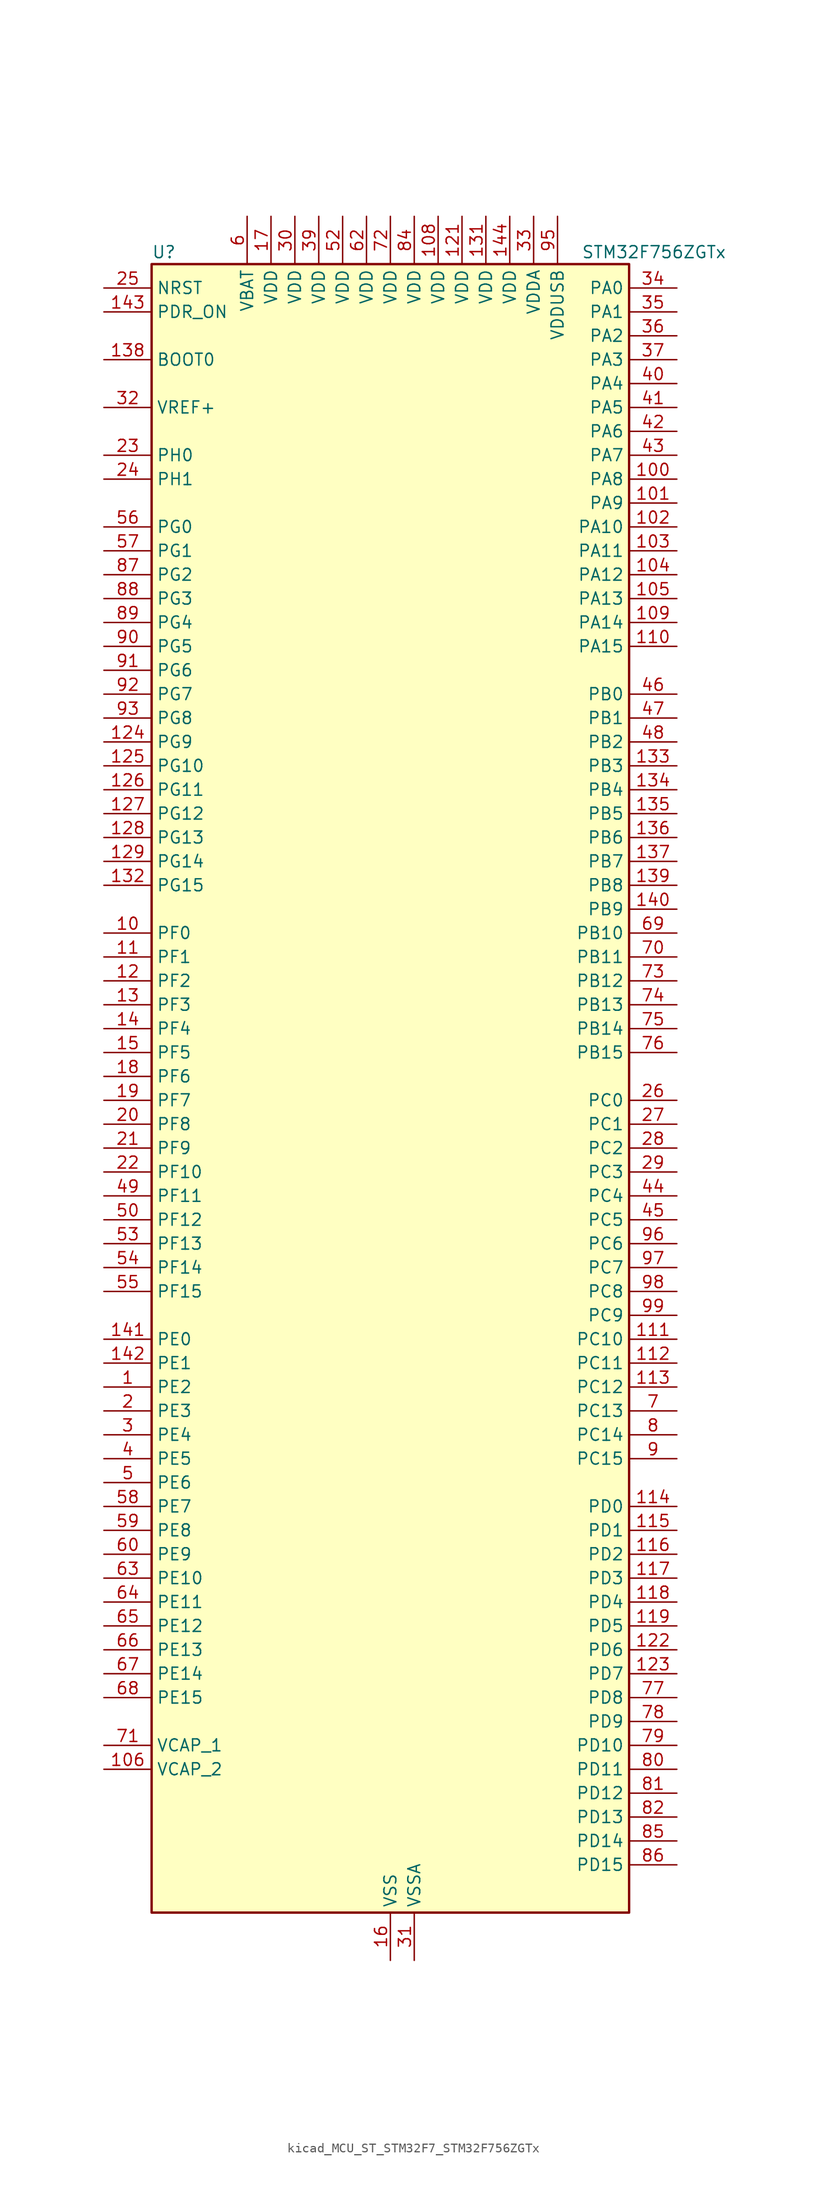
<source format=kicad_sym>
(kicad_symbol_lib
  (version 20220914)
  (generator kicad_symbol_editor)
  (symbol "kicad_MCU_ST_STM32F7_STM32F756ZGTx"
    (property "Reference" "U"
      (at -25.4 90.17 0)
      (effects (font (size 1.27 1.27)) (justify left)))
    (property "Value" "STM32F756ZGTx"
      (at 20.32 90.17 0)
      (effects (font (size 1.27 1.27)) (justify left)))
    (property "ki_locked" ""
      (at 0 0 0)
      (effects (font (size 1.27 1.27))))
    (symbol "kicad_MCU_ST_STM32F7_STM32F756ZGTx_0_1"
      (rectangle (start -25.4 -86.36) (end 25.4 88.9) (stroke (width 0.254) (type default)) (fill (type background))))
    (symbol "kicad_MCU_ST_STM32F7_STM32F756ZGTx_1_1"
      (pin bidirectional line (at -30.48 -30.48 0) (length 5.08) (name "PE2" (effects (font (size 1.27 1.27)))) (number "1" (effects (font (size 1.27 1.27)))) (alternate "ETH_TXD3" bidirectional line) (alternate "FMC_A23" bidirectional line) (alternate "QUADSPI_BK1_IO2" bidirectional line) (alternate "SAI1_MCLK_A" bidirectional line) (alternate "SPI4_SCK" bidirectional line) (alternate "SYS_TRACECLK" bidirectional line))
      (pin bidirectional line (at -30.48 17.78 0) (length 5.08) (name "PF0" (effects (font (size 1.27 1.27)))) (number "10" (effects (font (size 1.27 1.27)))) (alternate "FMC_A0" bidirectional line) (alternate "I2C2_SDA" bidirectional line))
      (pin bidirectional line (at 30.48 66.04 180) (length 5.08) (name "PA8" (effects (font (size 1.27 1.27)))) (number "100" (effects (font (size 1.27 1.27)))) (alternate "I2C3_SCL" bidirectional line) (alternate "LTDC_R6" bidirectional line) (alternate "RCC_MCO_1" bidirectional line) (alternate "TIM1_CH1" bidirectional line) (alternate "TIM8_BKIN2" bidirectional line) (alternate "USART1_CK" bidirectional line) (alternate "USB_OTG_FS_SOF" bidirectional line))
      (pin bidirectional line (at 30.48 63.5 180) (length 5.08) (name "PA9" (effects (font (size 1.27 1.27)))) (number "101" (effects (font (size 1.27 1.27)))) (alternate "DAC_EXTI9" bidirectional line) (alternate "DCMI_D0" bidirectional line) (alternate "I2C3_SMBA" bidirectional line) (alternate "I2S2_CK" bidirectional line) (alternate "SPI2_SCK" bidirectional line) (alternate "TIM1_CH2" bidirectional line) (alternate "USART1_TX" bidirectional line) (alternate "USB_OTG_FS_VBUS" bidirectional line))
      (pin bidirectional line (at 30.48 60.96 180) (length 5.08) (name "PA10" (effects (font (size 1.27 1.27)))) (number "102" (effects (font (size 1.27 1.27)))) (alternate "DCMI_D1" bidirectional line) (alternate "TIM1_CH3" bidirectional line) (alternate "USART1_RX" bidirectional line) (alternate "USB_OTG_FS_ID" bidirectional line))
      (pin bidirectional line (at 30.48 58.42 180) (length 5.08) (name "PA11" (effects (font (size 1.27 1.27)))) (number "103" (effects (font (size 1.27 1.27)))) (alternate "ADC1_EXTI11" bidirectional line) (alternate "ADC2_EXTI11" bidirectional line) (alternate "ADC3_EXTI11" bidirectional line) (alternate "CAN1_RX" bidirectional line) (alternate "LTDC_R4" bidirectional line) (alternate "TIM1_CH4" bidirectional line) (alternate "USART1_CTS" bidirectional line) (alternate "USB_OTG_FS_DM" bidirectional line))
      (pin bidirectional line (at 30.48 55.88 180) (length 5.08) (name "PA12" (effects (font (size 1.27 1.27)))) (number "104" (effects (font (size 1.27 1.27)))) (alternate "CAN1_TX" bidirectional line) (alternate "LTDC_R5" bidirectional line) (alternate "SAI2_FS_B" bidirectional line) (alternate "TIM1_ETR" bidirectional line) (alternate "USART1_DE" bidirectional line) (alternate "USART1_RTS" bidirectional line) (alternate "USB_OTG_FS_DP" bidirectional line))
      (pin bidirectional line (at 30.48 53.34 180) (length 5.08) (name "PA13" (effects (font (size 1.27 1.27)))) (number "105" (effects (font (size 1.27 1.27)))) (alternate "SYS_JTMS-SWDIO" bidirectional line))
      (pin power_out line (at -30.48 -71.12 0) (length 5.08) (name "VCAP_2" (effects (font (size 1.27 1.27)))) (number "106" (effects (font (size 1.27 1.27)))))
      (pin passive line (at 0 -91.44 90) (length 5.08) hide (name "VSS" (effects (font (size 1.27 1.27)))) (number "107" (effects (font (size 1.27 1.27)))))
      (pin power_in line (at 5.08 93.98 270) (length 5.08) (name "VDD" (effects (font (size 1.27 1.27)))) (number "108" (effects (font (size 1.27 1.27)))))
      (pin bidirectional line (at 30.48 50.8 180) (length 5.08) (name "PA14" (effects (font (size 1.27 1.27)))) (number "109" (effects (font (size 1.27 1.27)))) (alternate "SYS_JTCK-SWCLK" bidirectional line))
      (pin bidirectional line (at -30.48 15.24 0) (length 5.08) (name "PF1" (effects (font (size 1.27 1.27)))) (number "11" (effects (font (size 1.27 1.27)))) (alternate "FMC_A1" bidirectional line) (alternate "I2C2_SCL" bidirectional line))
      (pin bidirectional line (at 30.48 48.26 180) (length 5.08) (name "PA15" (effects (font (size 1.27 1.27)))) (number "110" (effects (font (size 1.27 1.27)))) (alternate "CEC" bidirectional line) (alternate "I2S1_WS" bidirectional line) (alternate "I2S3_WS" bidirectional line) (alternate "SPI1_NSS" bidirectional line) (alternate "SPI3_NSS" bidirectional line) (alternate "SYS_JTDI" bidirectional line) (alternate "TIM2_CH1" bidirectional line) (alternate "TIM2_ETR" bidirectional line) (alternate "UART4_DE" bidirectional line) (alternate "UART4_RTS" bidirectional line))
      (pin bidirectional line (at 30.48 -25.4 180) (length 5.08) (name "PC10" (effects (font (size 1.27 1.27)))) (number "111" (effects (font (size 1.27 1.27)))) (alternate "DCMI_D8" bidirectional line) (alternate "I2S3_CK" bidirectional line) (alternate "LTDC_R2" bidirectional line) (alternate "QUADSPI_BK1_IO1" bidirectional line) (alternate "SDMMC1_D2" bidirectional line) (alternate "SPI3_SCK" bidirectional line) (alternate "UART4_TX" bidirectional line) (alternate "USART3_TX" bidirectional line))
      (pin bidirectional line (at 30.48 -27.94 180) (length 5.08) (name "PC11" (effects (font (size 1.27 1.27)))) (number "112" (effects (font (size 1.27 1.27)))) (alternate "ADC1_EXTI11" bidirectional line) (alternate "ADC2_EXTI11" bidirectional line) (alternate "ADC3_EXTI11" bidirectional line) (alternate "DCMI_D4" bidirectional line) (alternate "QUADSPI_BK2_NCS" bidirectional line) (alternate "SDMMC1_D3" bidirectional line) (alternate "SPI3_MISO" bidirectional line) (alternate "UART4_RX" bidirectional line) (alternate "USART3_RX" bidirectional line))
      (pin bidirectional line (at 30.48 -30.48 180) (length 5.08) (name "PC12" (effects (font (size 1.27 1.27)))) (number "113" (effects (font (size 1.27 1.27)))) (alternate "DCMI_D9" bidirectional line) (alternate "I2S3_SD" bidirectional line) (alternate "SDMMC1_CK" bidirectional line) (alternate "SPI3_MOSI" bidirectional line) (alternate "SYS_TRACED3" bidirectional line) (alternate "UART5_TX" bidirectional line) (alternate "USART3_CK" bidirectional line))
      (pin bidirectional line (at 30.48 -43.18 180) (length 5.08) (name "PD0" (effects (font (size 1.27 1.27)))) (number "114" (effects (font (size 1.27 1.27)))) (alternate "CAN1_RX" bidirectional line) (alternate "FMC_D2" bidirectional line) (alternate "FMC_DA2" bidirectional line))
      (pin bidirectional line (at 30.48 -45.72 180) (length 5.08) (name "PD1" (effects (font (size 1.27 1.27)))) (number "115" (effects (font (size 1.27 1.27)))) (alternate "CAN1_TX" bidirectional line) (alternate "FMC_D3" bidirectional line) (alternate "FMC_DA3" bidirectional line))
      (pin bidirectional line (at 30.48 -48.26 180) (length 5.08) (name "PD2" (effects (font (size 1.27 1.27)))) (number "116" (effects (font (size 1.27 1.27)))) (alternate "DCMI_D11" bidirectional line) (alternate "SDMMC1_CMD" bidirectional line) (alternate "SYS_TRACED2" bidirectional line) (alternate "TIM3_ETR" bidirectional line) (alternate "UART5_RX" bidirectional line))
      (pin bidirectional line (at 30.48 -50.8 180) (length 5.08) (name "PD3" (effects (font (size 1.27 1.27)))) (number "117" (effects (font (size 1.27 1.27)))) (alternate "DCMI_D5" bidirectional line) (alternate "FMC_CLK" bidirectional line) (alternate "I2S2_CK" bidirectional line) (alternate "LTDC_G7" bidirectional line) (alternate "SPI2_SCK" bidirectional line) (alternate "USART2_CTS" bidirectional line))
      (pin bidirectional line (at 30.48 -53.34 180) (length 5.08) (name "PD4" (effects (font (size 1.27 1.27)))) (number "118" (effects (font (size 1.27 1.27)))) (alternate "FMC_NOE" bidirectional line) (alternate "USART2_DE" bidirectional line) (alternate "USART2_RTS" bidirectional line))
      (pin bidirectional line (at 30.48 -55.88 180) (length 5.08) (name "PD5" (effects (font (size 1.27 1.27)))) (number "119" (effects (font (size 1.27 1.27)))) (alternate "FMC_NWE" bidirectional line) (alternate "USART2_TX" bidirectional line))
      (pin bidirectional line (at -30.48 12.7 0) (length 5.08) (name "PF2" (effects (font (size 1.27 1.27)))) (number "12" (effects (font (size 1.27 1.27)))) (alternate "FMC_A2" bidirectional line) (alternate "I2C2_SMBA" bidirectional line))
      (pin passive line (at 0 -91.44 90) (length 5.08) hide (name "VSS" (effects (font (size 1.27 1.27)))) (number "120" (effects (font (size 1.27 1.27)))))
      (pin power_in line (at 7.62 93.98 270) (length 5.08) (name "VDD" (effects (font (size 1.27 1.27)))) (number "121" (effects (font (size 1.27 1.27)))))
      (pin bidirectional line (at 30.48 -58.42 180) (length 5.08) (name "PD6" (effects (font (size 1.27 1.27)))) (number "122" (effects (font (size 1.27 1.27)))) (alternate "DCMI_D10" bidirectional line) (alternate "FMC_NWAIT" bidirectional line) (alternate "I2S3_SD" bidirectional line) (alternate "LTDC_B2" bidirectional line) (alternate "SAI1_SD_A" bidirectional line) (alternate "SPI3_MOSI" bidirectional line) (alternate "USART2_RX" bidirectional line))
      (pin bidirectional line (at 30.48 -60.96 180) (length 5.08) (name "PD7" (effects (font (size 1.27 1.27)))) (number "123" (effects (font (size 1.27 1.27)))) (alternate "FMC_NE1" bidirectional line) (alternate "SPDIFRX_IN0" bidirectional line) (alternate "USART2_CK" bidirectional line))
      (pin bidirectional line (at -30.48 38.1 0) (length 5.08) (name "PG9" (effects (font (size 1.27 1.27)))) (number "124" (effects (font (size 1.27 1.27)))) (alternate "DAC_EXTI9" bidirectional line) (alternate "DCMI_VSYNC" bidirectional line) (alternate "FMC_NCE" bidirectional line) (alternate "FMC_NE2" bidirectional line) (alternate "QUADSPI_BK2_IO2" bidirectional line) (alternate "SAI2_FS_B" bidirectional line) (alternate "SPDIFRX_IN3" bidirectional line) (alternate "USART6_RX" bidirectional line))
      (pin bidirectional line (at -30.48 35.56 0) (length 5.08) (name "PG10" (effects (font (size 1.27 1.27)))) (number "125" (effects (font (size 1.27 1.27)))) (alternate "DCMI_D2" bidirectional line) (alternate "FMC_NE3" bidirectional line) (alternate "LTDC_B2" bidirectional line) (alternate "LTDC_G3" bidirectional line) (alternate "SAI2_SD_B" bidirectional line))
      (pin bidirectional line (at -30.48 33.02 0) (length 5.08) (name "PG11" (effects (font (size 1.27 1.27)))) (number "126" (effects (font (size 1.27 1.27)))) (alternate "ADC1_EXTI11" bidirectional line) (alternate "ADC2_EXTI11" bidirectional line) (alternate "ADC3_EXTI11" bidirectional line) (alternate "DCMI_D3" bidirectional line) (alternate "ETH_TX_EN" bidirectional line) (alternate "LTDC_B3" bidirectional line) (alternate "SPDIFRX_IN0" bidirectional line))
      (pin bidirectional line (at -30.48 30.48 0) (length 5.08) (name "PG12" (effects (font (size 1.27 1.27)))) (number "127" (effects (font (size 1.27 1.27)))) (alternate "FMC_NE4" bidirectional line) (alternate "LPTIM1_IN1" bidirectional line) (alternate "LTDC_B1" bidirectional line) (alternate "LTDC_B4" bidirectional line) (alternate "SPDIFRX_IN1" bidirectional line) (alternate "SPI6_MISO" bidirectional line) (alternate "USART6_DE" bidirectional line) (alternate "USART6_RTS" bidirectional line))
      (pin bidirectional line (at -30.48 27.94 0) (length 5.08) (name "PG13" (effects (font (size 1.27 1.27)))) (number "128" (effects (font (size 1.27 1.27)))) (alternate "ETH_TXD0" bidirectional line) (alternate "FMC_A24" bidirectional line) (alternate "LPTIM1_OUT" bidirectional line) (alternate "LTDC_R0" bidirectional line) (alternate "SPI6_SCK" bidirectional line) (alternate "SYS_TRACED0" bidirectional line) (alternate "USART6_CTS" bidirectional line))
      (pin bidirectional line (at -30.48 25.4 0) (length 5.08) (name "PG14" (effects (font (size 1.27 1.27)))) (number "129" (effects (font (size 1.27 1.27)))) (alternate "ETH_TXD1" bidirectional line) (alternate "FMC_A25" bidirectional line) (alternate "LPTIM1_ETR" bidirectional line) (alternate "LTDC_B0" bidirectional line) (alternate "QUADSPI_BK2_IO3" bidirectional line) (alternate "SPI6_MOSI" bidirectional line) (alternate "SYS_TRACED1" bidirectional line) (alternate "USART6_TX" bidirectional line))
      (pin bidirectional line (at -30.48 10.16 0) (length 5.08) (name "PF3" (effects (font (size 1.27 1.27)))) (number "13" (effects (font (size 1.27 1.27)))) (alternate "ADC3_IN9" bidirectional line) (alternate "FMC_A3" bidirectional line))
      (pin passive line (at 0 -91.44 90) (length 5.08) hide (name "VSS" (effects (font (size 1.27 1.27)))) (number "130" (effects (font (size 1.27 1.27)))))
      (pin power_in line (at 10.16 93.98 270) (length 5.08) (name "VDD" (effects (font (size 1.27 1.27)))) (number "131" (effects (font (size 1.27 1.27)))))
      (pin bidirectional line (at -30.48 22.86 0) (length 5.08) (name "PG15" (effects (font (size 1.27 1.27)))) (number "132" (effects (font (size 1.27 1.27)))) (alternate "DCMI_D13" bidirectional line) (alternate "FMC_SDNCAS" bidirectional line) (alternate "USART6_CTS" bidirectional line))
      (pin bidirectional line (at 30.48 35.56 180) (length 5.08) (name "PB3" (effects (font (size 1.27 1.27)))) (number "133" (effects (font (size 1.27 1.27)))) (alternate "I2S1_CK" bidirectional line) (alternate "I2S3_CK" bidirectional line) (alternate "SPI1_SCK" bidirectional line) (alternate "SPI3_SCK" bidirectional line) (alternate "SYS_JTDO-SWO" bidirectional line) (alternate "TIM2_CH2" bidirectional line))
      (pin bidirectional line (at 30.48 33.02 180) (length 5.08) (name "PB4" (effects (font (size 1.27 1.27)))) (number "134" (effects (font (size 1.27 1.27)))) (alternate "I2S2_WS" bidirectional line) (alternate "SPI1_MISO" bidirectional line) (alternate "SPI2_NSS" bidirectional line) (alternate "SPI3_MISO" bidirectional line) (alternate "SYS_JTRST" bidirectional line) (alternate "TIM3_CH1" bidirectional line))
      (pin bidirectional line (at 30.48 30.48 180) (length 5.08) (name "PB5" (effects (font (size 1.27 1.27)))) (number "135" (effects (font (size 1.27 1.27)))) (alternate "CAN2_RX" bidirectional line) (alternate "DCMI_D10" bidirectional line) (alternate "ETH_PPS_OUT" bidirectional line) (alternate "FMC_SDCKE1" bidirectional line) (alternate "I2C1_SMBA" bidirectional line) (alternate "I2S1_SD" bidirectional line) (alternate "I2S3_SD" bidirectional line) (alternate "SPI1_MOSI" bidirectional line) (alternate "SPI3_MOSI" bidirectional line) (alternate "TIM3_CH2" bidirectional line) (alternate "USB_OTG_HS_ULPI_D7" bidirectional line))
      (pin bidirectional line (at 30.48 27.94 180) (length 5.08) (name "PB6" (effects (font (size 1.27 1.27)))) (number "136" (effects (font (size 1.27 1.27)))) (alternate "CAN2_TX" bidirectional line) (alternate "CEC" bidirectional line) (alternate "DCMI_D5" bidirectional line) (alternate "FMC_SDNE1" bidirectional line) (alternate "I2C1_SCL" bidirectional line) (alternate "QUADSPI_BK1_NCS" bidirectional line) (alternate "TIM4_CH1" bidirectional line) (alternate "USART1_TX" bidirectional line))
      (pin bidirectional line (at 30.48 25.4 180) (length 5.08) (name "PB7" (effects (font (size 1.27 1.27)))) (number "137" (effects (font (size 1.27 1.27)))) (alternate "DCMI_VSYNC" bidirectional line) (alternate "FMC_NL" bidirectional line) (alternate "I2C1_SDA" bidirectional line) (alternate "TIM4_CH2" bidirectional line) (alternate "USART1_RX" bidirectional line))
      (pin input line (at -30.48 78.74 0) (length 5.08) (name "BOOT0" (effects (font (size 1.27 1.27)))) (number "138" (effects (font (size 1.27 1.27)))))
      (pin bidirectional line (at 30.48 22.86 180) (length 5.08) (name "PB8" (effects (font (size 1.27 1.27)))) (number "139" (effects (font (size 1.27 1.27)))) (alternate "CAN1_RX" bidirectional line) (alternate "DCMI_D6" bidirectional line) (alternate "ETH_TXD3" bidirectional line) (alternate "I2C1_SCL" bidirectional line) (alternate "LTDC_B6" bidirectional line) (alternate "SDMMC1_D4" bidirectional line) (alternate "TIM10_CH1" bidirectional line) (alternate "TIM4_CH3" bidirectional line))
      (pin bidirectional line (at -30.48 7.62 0) (length 5.08) (name "PF4" (effects (font (size 1.27 1.27)))) (number "14" (effects (font (size 1.27 1.27)))) (alternate "ADC3_IN14" bidirectional line) (alternate "FMC_A4" bidirectional line))
      (pin bidirectional line (at 30.48 20.32 180) (length 5.08) (name "PB9" (effects (font (size 1.27 1.27)))) (number "140" (effects (font (size 1.27 1.27)))) (alternate "CAN1_TX" bidirectional line) (alternate "DAC_EXTI9" bidirectional line) (alternate "DCMI_D7" bidirectional line) (alternate "I2C1_SDA" bidirectional line) (alternate "I2S2_WS" bidirectional line) (alternate "LTDC_B7" bidirectional line) (alternate "SDMMC1_D5" bidirectional line) (alternate "SPI2_NSS" bidirectional line) (alternate "TIM11_CH1" bidirectional line) (alternate "TIM4_CH4" bidirectional line))
      (pin bidirectional line (at -30.48 -25.4 0) (length 5.08) (name "PE0" (effects (font (size 1.27 1.27)))) (number "141" (effects (font (size 1.27 1.27)))) (alternate "DCMI_D2" bidirectional line) (alternate "FMC_NBL0" bidirectional line) (alternate "LPTIM1_ETR" bidirectional line) (alternate "SAI2_MCLK_A" bidirectional line) (alternate "TIM4_ETR" bidirectional line) (alternate "UART8_RX" bidirectional line))
      (pin bidirectional line (at -30.48 -27.94 0) (length 5.08) (name "PE1" (effects (font (size 1.27 1.27)))) (number "142" (effects (font (size 1.27 1.27)))) (alternate "DCMI_D3" bidirectional line) (alternate "FMC_NBL1" bidirectional line) (alternate "LPTIM1_IN2" bidirectional line) (alternate "UART8_TX" bidirectional line))
      (pin input line (at -30.48 83.82 0) (length 5.08) (name "PDR_ON" (effects (font (size 1.27 1.27)))) (number "143" (effects (font (size 1.27 1.27)))))
      (pin power_in line (at 12.7 93.98 270) (length 5.08) (name "VDD" (effects (font (size 1.27 1.27)))) (number "144" (effects (font (size 1.27 1.27)))))
      (pin bidirectional line (at -30.48 5.08 0) (length 5.08) (name "PF5" (effects (font (size 1.27 1.27)))) (number "15" (effects (font (size 1.27 1.27)))) (alternate "ADC3_IN15" bidirectional line) (alternate "FMC_A5" bidirectional line))
      (pin power_in line (at 0 -91.44 90) (length 5.08) (name "VSS" (effects (font (size 1.27 1.27)))) (number "16" (effects (font (size 1.27 1.27)))))
      (pin power_in line (at -12.7 93.98 270) (length 5.08) (name "VDD" (effects (font (size 1.27 1.27)))) (number "17" (effects (font (size 1.27 1.27)))))
      (pin bidirectional line (at -30.48 2.54 0) (length 5.08) (name "PF6" (effects (font (size 1.27 1.27)))) (number "18" (effects (font (size 1.27 1.27)))) (alternate "ADC3_IN4" bidirectional line) (alternate "QUADSPI_BK1_IO3" bidirectional line) (alternate "SAI1_SD_B" bidirectional line) (alternate "SPI5_NSS" bidirectional line) (alternate "TIM10_CH1" bidirectional line) (alternate "UART7_RX" bidirectional line))
      (pin bidirectional line (at -30.48 0 0) (length 5.08) (name "PF7" (effects (font (size 1.27 1.27)))) (number "19" (effects (font (size 1.27 1.27)))) (alternate "ADC3_IN5" bidirectional line) (alternate "QUADSPI_BK1_IO2" bidirectional line) (alternate "SAI1_MCLK_B" bidirectional line) (alternate "SPI5_SCK" bidirectional line) (alternate "TIM11_CH1" bidirectional line) (alternate "UART7_TX" bidirectional line))
      (pin bidirectional line (at -30.48 -33.02 0) (length 5.08) (name "PE3" (effects (font (size 1.27 1.27)))) (number "2" (effects (font (size 1.27 1.27)))) (alternate "FMC_A19" bidirectional line) (alternate "SAI1_SD_B" bidirectional line) (alternate "SYS_TRACED0" bidirectional line))
      (pin bidirectional line (at -30.48 -2.54 0) (length 5.08) (name "PF8" (effects (font (size 1.27 1.27)))) (number "20" (effects (font (size 1.27 1.27)))) (alternate "ADC3_IN6" bidirectional line) (alternate "QUADSPI_BK1_IO0" bidirectional line) (alternate "SAI1_SCK_B" bidirectional line) (alternate "SPI5_MISO" bidirectional line) (alternate "TIM13_CH1" bidirectional line) (alternate "UART7_DE" bidirectional line) (alternate "UART7_RTS" bidirectional line))
      (pin bidirectional line (at -30.48 -5.08 0) (length 5.08) (name "PF9" (effects (font (size 1.27 1.27)))) (number "21" (effects (font (size 1.27 1.27)))) (alternate "ADC3_IN7" bidirectional line) (alternate "DAC_EXTI9" bidirectional line) (alternate "QUADSPI_BK1_IO1" bidirectional line) (alternate "SAI1_FS_B" bidirectional line) (alternate "SPI5_MOSI" bidirectional line) (alternate "TIM14_CH1" bidirectional line) (alternate "UART7_CTS" bidirectional line))
      (pin bidirectional line (at -30.48 -7.62 0) (length 5.08) (name "PF10" (effects (font (size 1.27 1.27)))) (number "22" (effects (font (size 1.27 1.27)))) (alternate "ADC3_IN8" bidirectional line) (alternate "DCMI_D11" bidirectional line) (alternate "LTDC_DE" bidirectional line))
      (pin bidirectional line (at -30.48 68.58 0) (length 5.08) (name "PH0" (effects (font (size 1.27 1.27)))) (number "23" (effects (font (size 1.27 1.27)))) (alternate "RCC_OSC_IN" bidirectional line))
      (pin bidirectional line (at -30.48 66.04 0) (length 5.08) (name "PH1" (effects (font (size 1.27 1.27)))) (number "24" (effects (font (size 1.27 1.27)))) (alternate "RCC_OSC_OUT" bidirectional line))
      (pin input line (at -30.48 86.36 0) (length 5.08) (name "NRST" (effects (font (size 1.27 1.27)))) (number "25" (effects (font (size 1.27 1.27)))))
      (pin bidirectional line (at 30.48 0 180) (length 5.08) (name "PC0" (effects (font (size 1.27 1.27)))) (number "26" (effects (font (size 1.27 1.27)))) (alternate "ADC1_IN10" bidirectional line) (alternate "ADC2_IN10" bidirectional line) (alternate "ADC3_IN10" bidirectional line) (alternate "FMC_SDNWE" bidirectional line) (alternate "LTDC_R5" bidirectional line) (alternate "SAI2_FS_B" bidirectional line) (alternate "USB_OTG_HS_ULPI_STP" bidirectional line))
      (pin bidirectional line (at 30.48 -2.54 180) (length 5.08) (name "PC1" (effects (font (size 1.27 1.27)))) (number "27" (effects (font (size 1.27 1.27)))) (alternate "ADC1_IN11" bidirectional line) (alternate "ADC2_IN11" bidirectional line) (alternate "ADC3_IN11" bidirectional line) (alternate "ETH_MDC" bidirectional line) (alternate "I2S2_SD" bidirectional line) (alternate "RTC_TAMP3" bidirectional line) (alternate "RTC_TS" bidirectional line) (alternate "SAI1_SD_A" bidirectional line) (alternate "SPI2_MOSI" bidirectional line) (alternate "SYS_TRACED0" bidirectional line) (alternate "SYS_WKUP3" bidirectional line))
      (pin bidirectional line (at 30.48 -5.08 180) (length 5.08) (name "PC2" (effects (font (size 1.27 1.27)))) (number "28" (effects (font (size 1.27 1.27)))) (alternate "ADC1_IN12" bidirectional line) (alternate "ADC2_IN12" bidirectional line) (alternate "ADC3_IN12" bidirectional line) (alternate "ETH_TXD2" bidirectional line) (alternate "FMC_SDNE0" bidirectional line) (alternate "SPI2_MISO" bidirectional line) (alternate "USB_OTG_HS_ULPI_DIR" bidirectional line))
      (pin bidirectional line (at 30.48 -7.62 180) (length 5.08) (name "PC3" (effects (font (size 1.27 1.27)))) (number "29" (effects (font (size 1.27 1.27)))) (alternate "ADC1_IN13" bidirectional line) (alternate "ADC2_IN13" bidirectional line) (alternate "ADC3_IN13" bidirectional line) (alternate "ETH_TX_CLK" bidirectional line) (alternate "FMC_SDCKE0" bidirectional line) (alternate "I2S2_SD" bidirectional line) (alternate "SPI2_MOSI" bidirectional line) (alternate "USB_OTG_HS_ULPI_NXT" bidirectional line))
      (pin bidirectional line (at -30.48 -35.56 0) (length 5.08) (name "PE4" (effects (font (size 1.27 1.27)))) (number "3" (effects (font (size 1.27 1.27)))) (alternate "DCMI_D4" bidirectional line) (alternate "FMC_A20" bidirectional line) (alternate "LTDC_B0" bidirectional line) (alternate "SAI1_FS_A" bidirectional line) (alternate "SPI4_NSS" bidirectional line) (alternate "SYS_TRACED1" bidirectional line))
      (pin power_in line (at -10.16 93.98 270) (length 5.08) (name "VDD" (effects (font (size 1.27 1.27)))) (number "30" (effects (font (size 1.27 1.27)))))
      (pin power_in line (at 2.54 -91.44 90) (length 5.08) (name "VSSA" (effects (font (size 1.27 1.27)))) (number "31" (effects (font (size 1.27 1.27)))))
      (pin input line (at -30.48 73.66 0) (length 5.08) (name "VREF+" (effects (font (size 1.27 1.27)))) (number "32" (effects (font (size 1.27 1.27)))))
      (pin power_in line (at 15.24 93.98 270) (length 5.08) (name "VDDA" (effects (font (size 1.27 1.27)))) (number "33" (effects (font (size 1.27 1.27)))))
      (pin bidirectional line (at 30.48 86.36 180) (length 5.08) (name "PA0" (effects (font (size 1.27 1.27)))) (number "34" (effects (font (size 1.27 1.27)))) (alternate "ADC1_IN0" bidirectional line) (alternate "ADC2_IN0" bidirectional line) (alternate "ADC3_IN0" bidirectional line) (alternate "ETH_CRS" bidirectional line) (alternate "SAI2_SD_B" bidirectional line) (alternate "SYS_WKUP1" bidirectional line) (alternate "TIM2_CH1" bidirectional line) (alternate "TIM2_ETR" bidirectional line) (alternate "TIM5_CH1" bidirectional line) (alternate "TIM8_ETR" bidirectional line) (alternate "UART4_TX" bidirectional line) (alternate "USART2_CTS" bidirectional line))
      (pin bidirectional line (at 30.48 83.82 180) (length 5.08) (name "PA1" (effects (font (size 1.27 1.27)))) (number "35" (effects (font (size 1.27 1.27)))) (alternate "ADC1_IN1" bidirectional line) (alternate "ADC2_IN1" bidirectional line) (alternate "ADC3_IN1" bidirectional line) (alternate "ETH_REF_CLK" bidirectional line) (alternate "ETH_RX_CLK" bidirectional line) (alternate "LTDC_R2" bidirectional line) (alternate "QUADSPI_BK1_IO3" bidirectional line) (alternate "SAI2_MCLK_B" bidirectional line) (alternate "TIM2_CH2" bidirectional line) (alternate "TIM5_CH2" bidirectional line) (alternate "UART4_RX" bidirectional line) (alternate "USART2_DE" bidirectional line) (alternate "USART2_RTS" bidirectional line))
      (pin bidirectional line (at 30.48 81.28 180) (length 5.08) (name "PA2" (effects (font (size 1.27 1.27)))) (number "36" (effects (font (size 1.27 1.27)))) (alternate "ADC1_IN2" bidirectional line) (alternate "ADC2_IN2" bidirectional line) (alternate "ADC3_IN2" bidirectional line) (alternate "ETH_MDIO" bidirectional line) (alternate "LTDC_R1" bidirectional line) (alternate "SAI2_SCK_B" bidirectional line) (alternate "SYS_WKUP2" bidirectional line) (alternate "TIM2_CH3" bidirectional line) (alternate "TIM5_CH3" bidirectional line) (alternate "TIM9_CH1" bidirectional line) (alternate "USART2_TX" bidirectional line))
      (pin bidirectional line (at 30.48 78.74 180) (length 5.08) (name "PA3" (effects (font (size 1.27 1.27)))) (number "37" (effects (font (size 1.27 1.27)))) (alternate "ADC1_IN3" bidirectional line) (alternate "ADC2_IN3" bidirectional line) (alternate "ADC3_IN3" bidirectional line) (alternate "ETH_COL" bidirectional line) (alternate "LTDC_B5" bidirectional line) (alternate "TIM2_CH4" bidirectional line) (alternate "TIM5_CH4" bidirectional line) (alternate "TIM9_CH2" bidirectional line) (alternate "USART2_RX" bidirectional line) (alternate "USB_OTG_HS_ULPI_D0" bidirectional line))
      (pin passive line (at 0 -91.44 90) (length 5.08) hide (name "VSS" (effects (font (size 1.27 1.27)))) (number "38" (effects (font (size 1.27 1.27)))))
      (pin power_in line (at -7.62 93.98 270) (length 5.08) (name "VDD" (effects (font (size 1.27 1.27)))) (number "39" (effects (font (size 1.27 1.27)))))
      (pin bidirectional line (at -30.48 -38.1 0) (length 5.08) (name "PE5" (effects (font (size 1.27 1.27)))) (number "4" (effects (font (size 1.27 1.27)))) (alternate "DCMI_D6" bidirectional line) (alternate "FMC_A21" bidirectional line) (alternate "LTDC_G0" bidirectional line) (alternate "SAI1_SCK_A" bidirectional line) (alternate "SPI4_MISO" bidirectional line) (alternate "SYS_TRACED2" bidirectional line) (alternate "TIM9_CH1" bidirectional line))
      (pin bidirectional line (at 30.48 76.2 180) (length 5.08) (name "PA4" (effects (font (size 1.27 1.27)))) (number "40" (effects (font (size 1.27 1.27)))) (alternate "ADC1_IN4" bidirectional line) (alternate "ADC2_IN4" bidirectional line) (alternate "DAC_OUT1" bidirectional line) (alternate "DCMI_HSYNC" bidirectional line) (alternate "I2S1_WS" bidirectional line) (alternate "I2S3_WS" bidirectional line) (alternate "LTDC_VSYNC" bidirectional line) (alternate "SPI1_NSS" bidirectional line) (alternate "SPI3_NSS" bidirectional line) (alternate "USART2_CK" bidirectional line) (alternate "USB_OTG_HS_SOF" bidirectional line))
      (pin bidirectional line (at 30.48 73.66 180) (length 5.08) (name "PA5" (effects (font (size 1.27 1.27)))) (number "41" (effects (font (size 1.27 1.27)))) (alternate "ADC1_IN5" bidirectional line) (alternate "ADC2_IN5" bidirectional line) (alternate "DAC_OUT2" bidirectional line) (alternate "I2S1_CK" bidirectional line) (alternate "LTDC_R4" bidirectional line) (alternate "SPI1_SCK" bidirectional line) (alternate "TIM2_CH1" bidirectional line) (alternate "TIM2_ETR" bidirectional line) (alternate "TIM8_CH1N" bidirectional line) (alternate "USB_OTG_HS_ULPI_CK" bidirectional line))
      (pin bidirectional line (at 30.48 71.12 180) (length 5.08) (name "PA6" (effects (font (size 1.27 1.27)))) (number "42" (effects (font (size 1.27 1.27)))) (alternate "ADC1_IN6" bidirectional line) (alternate "ADC2_IN6" bidirectional line) (alternate "DCMI_PIXCLK" bidirectional line) (alternate "LTDC_G2" bidirectional line) (alternate "SPI1_MISO" bidirectional line) (alternate "TIM13_CH1" bidirectional line) (alternate "TIM1_BKIN" bidirectional line) (alternate "TIM3_CH1" bidirectional line) (alternate "TIM8_BKIN" bidirectional line))
      (pin bidirectional line (at 30.48 68.58 180) (length 5.08) (name "PA7" (effects (font (size 1.27 1.27)))) (number "43" (effects (font (size 1.27 1.27)))) (alternate "ADC1_IN7" bidirectional line) (alternate "ADC2_IN7" bidirectional line) (alternate "ETH_CRS_DV" bidirectional line) (alternate "ETH_RX_DV" bidirectional line) (alternate "FMC_SDNWE" bidirectional line) (alternate "I2S1_SD" bidirectional line) (alternate "SPI1_MOSI" bidirectional line) (alternate "TIM14_CH1" bidirectional line) (alternate "TIM1_CH1N" bidirectional line) (alternate "TIM3_CH2" bidirectional line) (alternate "TIM8_CH1N" bidirectional line))
      (pin bidirectional line (at 30.48 -10.16 180) (length 5.08) (name "PC4" (effects (font (size 1.27 1.27)))) (number "44" (effects (font (size 1.27 1.27)))) (alternate "ADC1_IN14" bidirectional line) (alternate "ADC2_IN14" bidirectional line) (alternate "ETH_RXD0" bidirectional line) (alternate "FMC_SDNE0" bidirectional line) (alternate "I2S1_MCK" bidirectional line) (alternate "SPDIFRX_IN2" bidirectional line))
      (pin bidirectional line (at 30.48 -12.7 180) (length 5.08) (name "PC5" (effects (font (size 1.27 1.27)))) (number "45" (effects (font (size 1.27 1.27)))) (alternate "ADC1_IN15" bidirectional line) (alternate "ADC2_IN15" bidirectional line) (alternate "ETH_RXD1" bidirectional line) (alternate "FMC_SDCKE0" bidirectional line) (alternate "SPDIFRX_IN3" bidirectional line))
      (pin bidirectional line (at 30.48 43.18 180) (length 5.08) (name "PB0" (effects (font (size 1.27 1.27)))) (number "46" (effects (font (size 1.27 1.27)))) (alternate "ADC1_IN8" bidirectional line) (alternate "ADC2_IN8" bidirectional line) (alternate "ETH_RXD2" bidirectional line) (alternate "LTDC_R3" bidirectional line) (alternate "TIM1_CH2N" bidirectional line) (alternate "TIM3_CH3" bidirectional line) (alternate "TIM8_CH2N" bidirectional line) (alternate "UART4_CTS" bidirectional line) (alternate "USB_OTG_HS_ULPI_D1" bidirectional line))
      (pin bidirectional line (at 30.48 40.64 180) (length 5.08) (name "PB1" (effects (font (size 1.27 1.27)))) (number "47" (effects (font (size 1.27 1.27)))) (alternate "ADC1_IN9" bidirectional line) (alternate "ADC2_IN9" bidirectional line) (alternate "ETH_RXD3" bidirectional line) (alternate "LTDC_R6" bidirectional line) (alternate "TIM1_CH3N" bidirectional line) (alternate "TIM3_CH4" bidirectional line) (alternate "TIM8_CH3N" bidirectional line) (alternate "USB_OTG_HS_ULPI_D2" bidirectional line))
      (pin bidirectional line (at 30.48 38.1 180) (length 5.08) (name "PB2" (effects (font (size 1.27 1.27)))) (number "48" (effects (font (size 1.27 1.27)))) (alternate "I2S3_SD" bidirectional line) (alternate "QUADSPI_CLK" bidirectional line) (alternate "SAI1_SD_A" bidirectional line) (alternate "SPI3_MOSI" bidirectional line))
      (pin bidirectional line (at -30.48 -10.16 0) (length 5.08) (name "PF11" (effects (font (size 1.27 1.27)))) (number "49" (effects (font (size 1.27 1.27)))) (alternate "ADC1_EXTI11" bidirectional line) (alternate "ADC2_EXTI11" bidirectional line) (alternate "ADC3_EXTI11" bidirectional line) (alternate "DCMI_D12" bidirectional line) (alternate "FMC_SDNRAS" bidirectional line) (alternate "SAI2_SD_B" bidirectional line) (alternate "SPI5_MOSI" bidirectional line))
      (pin bidirectional line (at -30.48 -40.64 0) (length 5.08) (name "PE6" (effects (font (size 1.27 1.27)))) (number "5" (effects (font (size 1.27 1.27)))) (alternate "DCMI_D7" bidirectional line) (alternate "FMC_A22" bidirectional line) (alternate "LTDC_G1" bidirectional line) (alternate "SAI1_SD_A" bidirectional line) (alternate "SAI2_MCLK_B" bidirectional line) (alternate "SPI4_MOSI" bidirectional line) (alternate "SYS_TRACED3" bidirectional line) (alternate "TIM1_BKIN2" bidirectional line) (alternate "TIM9_CH2" bidirectional line))
      (pin bidirectional line (at -30.48 -12.7 0) (length 5.08) (name "PF12" (effects (font (size 1.27 1.27)))) (number "50" (effects (font (size 1.27 1.27)))) (alternate "FMC_A6" bidirectional line))
      (pin passive line (at 0 -91.44 90) (length 5.08) hide (name "VSS" (effects (font (size 1.27 1.27)))) (number "51" (effects (font (size 1.27 1.27)))))
      (pin power_in line (at -5.08 93.98 270) (length 5.08) (name "VDD" (effects (font (size 1.27 1.27)))) (number "52" (effects (font (size 1.27 1.27)))))
      (pin bidirectional line (at -30.48 -15.24 0) (length 5.08) (name "PF13" (effects (font (size 1.27 1.27)))) (number "53" (effects (font (size 1.27 1.27)))) (alternate "FMC_A7" bidirectional line) (alternate "I2C4_SMBA" bidirectional line))
      (pin bidirectional line (at -30.48 -17.78 0) (length 5.08) (name "PF14" (effects (font (size 1.27 1.27)))) (number "54" (effects (font (size 1.27 1.27)))) (alternate "FMC_A8" bidirectional line) (alternate "I2C4_SCL" bidirectional line))
      (pin bidirectional line (at -30.48 -20.32 0) (length 5.08) (name "PF15" (effects (font (size 1.27 1.27)))) (number "55" (effects (font (size 1.27 1.27)))) (alternate "FMC_A9" bidirectional line) (alternate "I2C4_SDA" bidirectional line))
      (pin bidirectional line (at -30.48 60.96 0) (length 5.08) (name "PG0" (effects (font (size 1.27 1.27)))) (number "56" (effects (font (size 1.27 1.27)))) (alternate "FMC_A10" bidirectional line))
      (pin bidirectional line (at -30.48 58.42 0) (length 5.08) (name "PG1" (effects (font (size 1.27 1.27)))) (number "57" (effects (font (size 1.27 1.27)))) (alternate "FMC_A11" bidirectional line))
      (pin bidirectional line (at -30.48 -43.18 0) (length 5.08) (name "PE7" (effects (font (size 1.27 1.27)))) (number "58" (effects (font (size 1.27 1.27)))) (alternate "FMC_D4" bidirectional line) (alternate "FMC_DA4" bidirectional line) (alternate "QUADSPI_BK2_IO0" bidirectional line) (alternate "TIM1_ETR" bidirectional line) (alternate "UART7_RX" bidirectional line))
      (pin bidirectional line (at -30.48 -45.72 0) (length 5.08) (name "PE8" (effects (font (size 1.27 1.27)))) (number "59" (effects (font (size 1.27 1.27)))) (alternate "FMC_D5" bidirectional line) (alternate "FMC_DA5" bidirectional line) (alternate "QUADSPI_BK2_IO1" bidirectional line) (alternate "TIM1_CH1N" bidirectional line) (alternate "UART7_TX" bidirectional line))
      (pin power_in line (at -15.24 93.98 270) (length 5.08) (name "VBAT" (effects (font (size 1.27 1.27)))) (number "6" (effects (font (size 1.27 1.27)))))
      (pin bidirectional line (at -30.48 -48.26 0) (length 5.08) (name "PE9" (effects (font (size 1.27 1.27)))) (number "60" (effects (font (size 1.27 1.27)))) (alternate "DAC_EXTI9" bidirectional line) (alternate "FMC_D6" bidirectional line) (alternate "FMC_DA6" bidirectional line) (alternate "QUADSPI_BK2_IO2" bidirectional line) (alternate "TIM1_CH1" bidirectional line) (alternate "UART7_DE" bidirectional line) (alternate "UART7_RTS" bidirectional line))
      (pin passive line (at 0 -91.44 90) (length 5.08) hide (name "VSS" (effects (font (size 1.27 1.27)))) (number "61" (effects (font (size 1.27 1.27)))))
      (pin power_in line (at -2.54 93.98 270) (length 5.08) (name "VDD" (effects (font (size 1.27 1.27)))) (number "62" (effects (font (size 1.27 1.27)))))
      (pin bidirectional line (at -30.48 -50.8 0) (length 5.08) (name "PE10" (effects (font (size 1.27 1.27)))) (number "63" (effects (font (size 1.27 1.27)))) (alternate "FMC_D7" bidirectional line) (alternate "FMC_DA7" bidirectional line) (alternate "QUADSPI_BK2_IO3" bidirectional line) (alternate "TIM1_CH2N" bidirectional line) (alternate "UART7_CTS" bidirectional line))
      (pin bidirectional line (at -30.48 -53.34 0) (length 5.08) (name "PE11" (effects (font (size 1.27 1.27)))) (number "64" (effects (font (size 1.27 1.27)))) (alternate "ADC1_EXTI11" bidirectional line) (alternate "ADC2_EXTI11" bidirectional line) (alternate "ADC3_EXTI11" bidirectional line) (alternate "FMC_D8" bidirectional line) (alternate "FMC_DA8" bidirectional line) (alternate "LTDC_G3" bidirectional line) (alternate "SAI2_SD_B" bidirectional line) (alternate "SPI4_NSS" bidirectional line) (alternate "TIM1_CH2" bidirectional line))
      (pin bidirectional line (at -30.48 -55.88 0) (length 5.08) (name "PE12" (effects (font (size 1.27 1.27)))) (number "65" (effects (font (size 1.27 1.27)))) (alternate "FMC_D9" bidirectional line) (alternate "FMC_DA9" bidirectional line) (alternate "LTDC_B4" bidirectional line) (alternate "SAI2_SCK_B" bidirectional line) (alternate "SPI4_SCK" bidirectional line) (alternate "TIM1_CH3N" bidirectional line))
      (pin bidirectional line (at -30.48 -58.42 0) (length 5.08) (name "PE13" (effects (font (size 1.27 1.27)))) (number "66" (effects (font (size 1.27 1.27)))) (alternate "FMC_D10" bidirectional line) (alternate "FMC_DA10" bidirectional line) (alternate "LTDC_DE" bidirectional line) (alternate "SAI2_FS_B" bidirectional line) (alternate "SPI4_MISO" bidirectional line) (alternate "TIM1_CH3" bidirectional line))
      (pin bidirectional line (at -30.48 -60.96 0) (length 5.08) (name "PE14" (effects (font (size 1.27 1.27)))) (number "67" (effects (font (size 1.27 1.27)))) (alternate "FMC_D11" bidirectional line) (alternate "FMC_DA11" bidirectional line) (alternate "LTDC_CLK" bidirectional line) (alternate "SAI2_MCLK_B" bidirectional line) (alternate "SPI4_MOSI" bidirectional line) (alternate "TIM1_CH4" bidirectional line))
      (pin bidirectional line (at -30.48 -63.5 0) (length 5.08) (name "PE15" (effects (font (size 1.27 1.27)))) (number "68" (effects (font (size 1.27 1.27)))) (alternate "FMC_D12" bidirectional line) (alternate "FMC_DA12" bidirectional line) (alternate "LTDC_R7" bidirectional line) (alternate "TIM1_BKIN" bidirectional line))
      (pin bidirectional line (at 30.48 17.78 180) (length 5.08) (name "PB10" (effects (font (size 1.27 1.27)))) (number "69" (effects (font (size 1.27 1.27)))) (alternate "ETH_RX_ER" bidirectional line) (alternate "I2C2_SCL" bidirectional line) (alternate "I2S2_CK" bidirectional line) (alternate "LTDC_G4" bidirectional line) (alternate "SPI2_SCK" bidirectional line) (alternate "TIM2_CH3" bidirectional line) (alternate "USART3_TX" bidirectional line) (alternate "USB_OTG_HS_ULPI_D3" bidirectional line))
      (pin bidirectional line (at 30.48 -33.02 180) (length 5.08) (name "PC13" (effects (font (size 1.27 1.27)))) (number "7" (effects (font (size 1.27 1.27)))) (alternate "RTC_OUT" bidirectional line) (alternate "RTC_TAMP1" bidirectional line) (alternate "RTC_TS" bidirectional line) (alternate "SYS_WKUP4" bidirectional line))
      (pin bidirectional line (at 30.48 15.24 180) (length 5.08) (name "PB11" (effects (font (size 1.27 1.27)))) (number "70" (effects (font (size 1.27 1.27)))) (alternate "ADC1_EXTI11" bidirectional line) (alternate "ADC2_EXTI11" bidirectional line) (alternate "ADC3_EXTI11" bidirectional line) (alternate "ETH_TX_EN" bidirectional line) (alternate "I2C2_SDA" bidirectional line) (alternate "LTDC_G5" bidirectional line) (alternate "TIM2_CH4" bidirectional line) (alternate "USART3_RX" bidirectional line) (alternate "USB_OTG_HS_ULPI_D4" bidirectional line))
      (pin power_out line (at -30.48 -68.58 0) (length 5.08) (name "VCAP_1" (effects (font (size 1.27 1.27)))) (number "71" (effects (font (size 1.27 1.27)))))
      (pin power_in line (at 0 93.98 270) (length 5.08) (name "VDD" (effects (font (size 1.27 1.27)))) (number "72" (effects (font (size 1.27 1.27)))))
      (pin bidirectional line (at 30.48 12.7 180) (length 5.08) (name "PB12" (effects (font (size 1.27 1.27)))) (number "73" (effects (font (size 1.27 1.27)))) (alternate "CAN2_RX" bidirectional line) (alternate "ETH_TXD0" bidirectional line) (alternate "I2C2_SMBA" bidirectional line) (alternate "I2S2_WS" bidirectional line) (alternate "SPI2_NSS" bidirectional line) (alternate "TIM1_BKIN" bidirectional line) (alternate "USART3_CK" bidirectional line) (alternate "USB_OTG_HS_ID" bidirectional line) (alternate "USB_OTG_HS_ULPI_D5" bidirectional line))
      (pin bidirectional line (at 30.48 10.16 180) (length 5.08) (name "PB13" (effects (font (size 1.27 1.27)))) (number "74" (effects (font (size 1.27 1.27)))) (alternate "CAN2_TX" bidirectional line) (alternate "ETH_TXD1" bidirectional line) (alternate "I2S2_CK" bidirectional line) (alternate "SPI2_SCK" bidirectional line) (alternate "TIM1_CH1N" bidirectional line) (alternate "USART3_CTS" bidirectional line) (alternate "USB_OTG_HS_ULPI_D6" bidirectional line) (alternate "USB_OTG_HS_VBUS" bidirectional line))
      (pin bidirectional line (at 30.48 7.62 180) (length 5.08) (name "PB14" (effects (font (size 1.27 1.27)))) (number "75" (effects (font (size 1.27 1.27)))) (alternate "SPI2_MISO" bidirectional line) (alternate "TIM12_CH1" bidirectional line) (alternate "TIM1_CH2N" bidirectional line) (alternate "TIM8_CH2N" bidirectional line) (alternate "USART3_DE" bidirectional line) (alternate "USART3_RTS" bidirectional line) (alternate "USB_OTG_HS_DM" bidirectional line))
      (pin bidirectional line (at 30.48 5.08 180) (length 5.08) (name "PB15" (effects (font (size 1.27 1.27)))) (number "76" (effects (font (size 1.27 1.27)))) (alternate "I2S2_SD" bidirectional line) (alternate "RTC_REFIN" bidirectional line) (alternate "SPI2_MOSI" bidirectional line) (alternate "TIM12_CH2" bidirectional line) (alternate "TIM1_CH3N" bidirectional line) (alternate "TIM8_CH3N" bidirectional line) (alternate "USB_OTG_HS_DP" bidirectional line))
      (pin bidirectional line (at 30.48 -63.5 180) (length 5.08) (name "PD8" (effects (font (size 1.27 1.27)))) (number "77" (effects (font (size 1.27 1.27)))) (alternate "FMC_D13" bidirectional line) (alternate "FMC_DA13" bidirectional line) (alternate "SPDIFRX_IN1" bidirectional line) (alternate "USART3_TX" bidirectional line))
      (pin bidirectional line (at 30.48 -66.04 180) (length 5.08) (name "PD9" (effects (font (size 1.27 1.27)))) (number "78" (effects (font (size 1.27 1.27)))) (alternate "DAC_EXTI9" bidirectional line) (alternate "FMC_D14" bidirectional line) (alternate "FMC_DA14" bidirectional line) (alternate "USART3_RX" bidirectional line))
      (pin bidirectional line (at 30.48 -68.58 180) (length 5.08) (name "PD10" (effects (font (size 1.27 1.27)))) (number "79" (effects (font (size 1.27 1.27)))) (alternate "FMC_D15" bidirectional line) (alternate "FMC_DA15" bidirectional line) (alternate "LTDC_B3" bidirectional line) (alternate "USART3_CK" bidirectional line))
      (pin bidirectional line (at 30.48 -35.56 180) (length 5.08) (name "PC14" (effects (font (size 1.27 1.27)))) (number "8" (effects (font (size 1.27 1.27)))) (alternate "RCC_OSC32_IN" bidirectional line))
      (pin bidirectional line (at 30.48 -71.12 180) (length 5.08) (name "PD11" (effects (font (size 1.27 1.27)))) (number "80" (effects (font (size 1.27 1.27)))) (alternate "ADC1_EXTI11" bidirectional line) (alternate "ADC2_EXTI11" bidirectional line) (alternate "ADC3_EXTI11" bidirectional line) (alternate "FMC_A16" bidirectional line) (alternate "FMC_CLE" bidirectional line) (alternate "I2C4_SMBA" bidirectional line) (alternate "QUADSPI_BK1_IO0" bidirectional line) (alternate "SAI2_SD_A" bidirectional line) (alternate "USART3_CTS" bidirectional line))
      (pin bidirectional line (at 30.48 -73.66 180) (length 5.08) (name "PD12" (effects (font (size 1.27 1.27)))) (number "81" (effects (font (size 1.27 1.27)))) (alternate "FMC_A17" bidirectional line) (alternate "FMC_ALE" bidirectional line) (alternate "I2C4_SCL" bidirectional line) (alternate "LPTIM1_IN1" bidirectional line) (alternate "QUADSPI_BK1_IO1" bidirectional line) (alternate "SAI2_FS_A" bidirectional line) (alternate "TIM4_CH1" bidirectional line) (alternate "USART3_DE" bidirectional line) (alternate "USART3_RTS" bidirectional line))
      (pin bidirectional line (at 30.48 -76.2 180) (length 5.08) (name "PD13" (effects (font (size 1.27 1.27)))) (number "82" (effects (font (size 1.27 1.27)))) (alternate "FMC_A18" bidirectional line) (alternate "I2C4_SDA" bidirectional line) (alternate "LPTIM1_OUT" bidirectional line) (alternate "QUADSPI_BK1_IO3" bidirectional line) (alternate "SAI2_SCK_A" bidirectional line) (alternate "TIM4_CH2" bidirectional line))
      (pin passive line (at 0 -91.44 90) (length 5.08) hide (name "VSS" (effects (font (size 1.27 1.27)))) (number "83" (effects (font (size 1.27 1.27)))))
      (pin power_in line (at 2.54 93.98 270) (length 5.08) (name "VDD" (effects (font (size 1.27 1.27)))) (number "84" (effects (font (size 1.27 1.27)))))
      (pin bidirectional line (at 30.48 -78.74 180) (length 5.08) (name "PD14" (effects (font (size 1.27 1.27)))) (number "85" (effects (font (size 1.27 1.27)))) (alternate "FMC_D0" bidirectional line) (alternate "FMC_DA0" bidirectional line) (alternate "TIM4_CH3" bidirectional line) (alternate "UART8_CTS" bidirectional line))
      (pin bidirectional line (at 30.48 -81.28 180) (length 5.08) (name "PD15" (effects (font (size 1.27 1.27)))) (number "86" (effects (font (size 1.27 1.27)))) (alternate "FMC_D1" bidirectional line) (alternate "FMC_DA1" bidirectional line) (alternate "TIM4_CH4" bidirectional line) (alternate "UART8_DE" bidirectional line) (alternate "UART8_RTS" bidirectional line))
      (pin bidirectional line (at -30.48 55.88 0) (length 5.08) (name "PG2" (effects (font (size 1.27 1.27)))) (number "87" (effects (font (size 1.27 1.27)))) (alternate "FMC_A12" bidirectional line))
      (pin bidirectional line (at -30.48 53.34 0) (length 5.08) (name "PG3" (effects (font (size 1.27 1.27)))) (number "88" (effects (font (size 1.27 1.27)))) (alternate "FMC_A13" bidirectional line))
      (pin bidirectional line (at -30.48 50.8 0) (length 5.08) (name "PG4" (effects (font (size 1.27 1.27)))) (number "89" (effects (font (size 1.27 1.27)))) (alternate "FMC_A14" bidirectional line) (alternate "FMC_BA0" bidirectional line))
      (pin bidirectional line (at 30.48 -38.1 180) (length 5.08) (name "PC15" (effects (font (size 1.27 1.27)))) (number "9" (effects (font (size 1.27 1.27)))) (alternate "RCC_OSC32_OUT" bidirectional line))
      (pin bidirectional line (at -30.48 48.26 0) (length 5.08) (name "PG5" (effects (font (size 1.27 1.27)))) (number "90" (effects (font (size 1.27 1.27)))) (alternate "FMC_A15" bidirectional line) (alternate "FMC_BA1" bidirectional line))
      (pin bidirectional line (at -30.48 45.72 0) (length 5.08) (name "PG6" (effects (font (size 1.27 1.27)))) (number "91" (effects (font (size 1.27 1.27)))) (alternate "DCMI_D12" bidirectional line) (alternate "LTDC_R7" bidirectional line))
      (pin bidirectional line (at -30.48 43.18 0) (length 5.08) (name "PG7" (effects (font (size 1.27 1.27)))) (number "92" (effects (font (size 1.27 1.27)))) (alternate "DCMI_D13" bidirectional line) (alternate "FMC_INT" bidirectional line) (alternate "LTDC_CLK" bidirectional line) (alternate "USART6_CK" bidirectional line))
      (pin bidirectional line (at -30.48 40.64 0) (length 5.08) (name "PG8" (effects (font (size 1.27 1.27)))) (number "93" (effects (font (size 1.27 1.27)))) (alternate "ETH_PPS_OUT" bidirectional line) (alternate "FMC_SDCLK" bidirectional line) (alternate "SPDIFRX_IN2" bidirectional line) (alternate "SPI6_NSS" bidirectional line) (alternate "USART6_DE" bidirectional line) (alternate "USART6_RTS" bidirectional line))
      (pin passive line (at 0 -91.44 90) (length 5.08) hide (name "VSS" (effects (font (size 1.27 1.27)))) (number "94" (effects (font (size 1.27 1.27)))))
      (pin power_in line (at 17.78 93.98 270) (length 5.08) (name "VDDUSB" (effects (font (size 1.27 1.27)))) (number "95" (effects (font (size 1.27 1.27)))))
      (pin bidirectional line (at 30.48 -15.24 180) (length 5.08) (name "PC6" (effects (font (size 1.27 1.27)))) (number "96" (effects (font (size 1.27 1.27)))) (alternate "DCMI_D0" bidirectional line) (alternate "I2S2_MCK" bidirectional line) (alternate "LTDC_HSYNC" bidirectional line) (alternate "SDMMC1_D6" bidirectional line) (alternate "TIM3_CH1" bidirectional line) (alternate "TIM8_CH1" bidirectional line) (alternate "USART6_TX" bidirectional line))
      (pin bidirectional line (at 30.48 -17.78 180) (length 5.08) (name "PC7" (effects (font (size 1.27 1.27)))) (number "97" (effects (font (size 1.27 1.27)))) (alternate "DCMI_D1" bidirectional line) (alternate "I2S3_MCK" bidirectional line) (alternate "LTDC_G6" bidirectional line) (alternate "SDMMC1_D7" bidirectional line) (alternate "TIM3_CH2" bidirectional line) (alternate "TIM8_CH2" bidirectional line) (alternate "USART6_RX" bidirectional line))
      (pin bidirectional line (at 30.48 -20.32 180) (length 5.08) (name "PC8" (effects (font (size 1.27 1.27)))) (number "98" (effects (font (size 1.27 1.27)))) (alternate "DCMI_D2" bidirectional line) (alternate "SDMMC1_D0" bidirectional line) (alternate "SYS_TRACED1" bidirectional line) (alternate "TIM3_CH3" bidirectional line) (alternate "TIM8_CH3" bidirectional line) (alternate "UART5_DE" bidirectional line) (alternate "UART5_RTS" bidirectional line) (alternate "USART6_CK" bidirectional line))
      (pin bidirectional line (at 30.48 -22.86 180) (length 5.08) (name "PC9" (effects (font (size 1.27 1.27)))) (number "99" (effects (font (size 1.27 1.27)))) (alternate "DAC_EXTI9" bidirectional line) (alternate "DCMI_D3" bidirectional line) (alternate "I2C3_SDA" bidirectional line) (alternate "I2S_CKIN" bidirectional line) (alternate "QUADSPI_BK1_IO0" bidirectional line) (alternate "RCC_MCO_2" bidirectional line) (alternate "SDMMC1_D1" bidirectional line) (alternate "TIM3_CH4" bidirectional line) (alternate "TIM8_CH4" bidirectional line) (alternate "UART5_CTS" bidirectional line)))))
</source>
